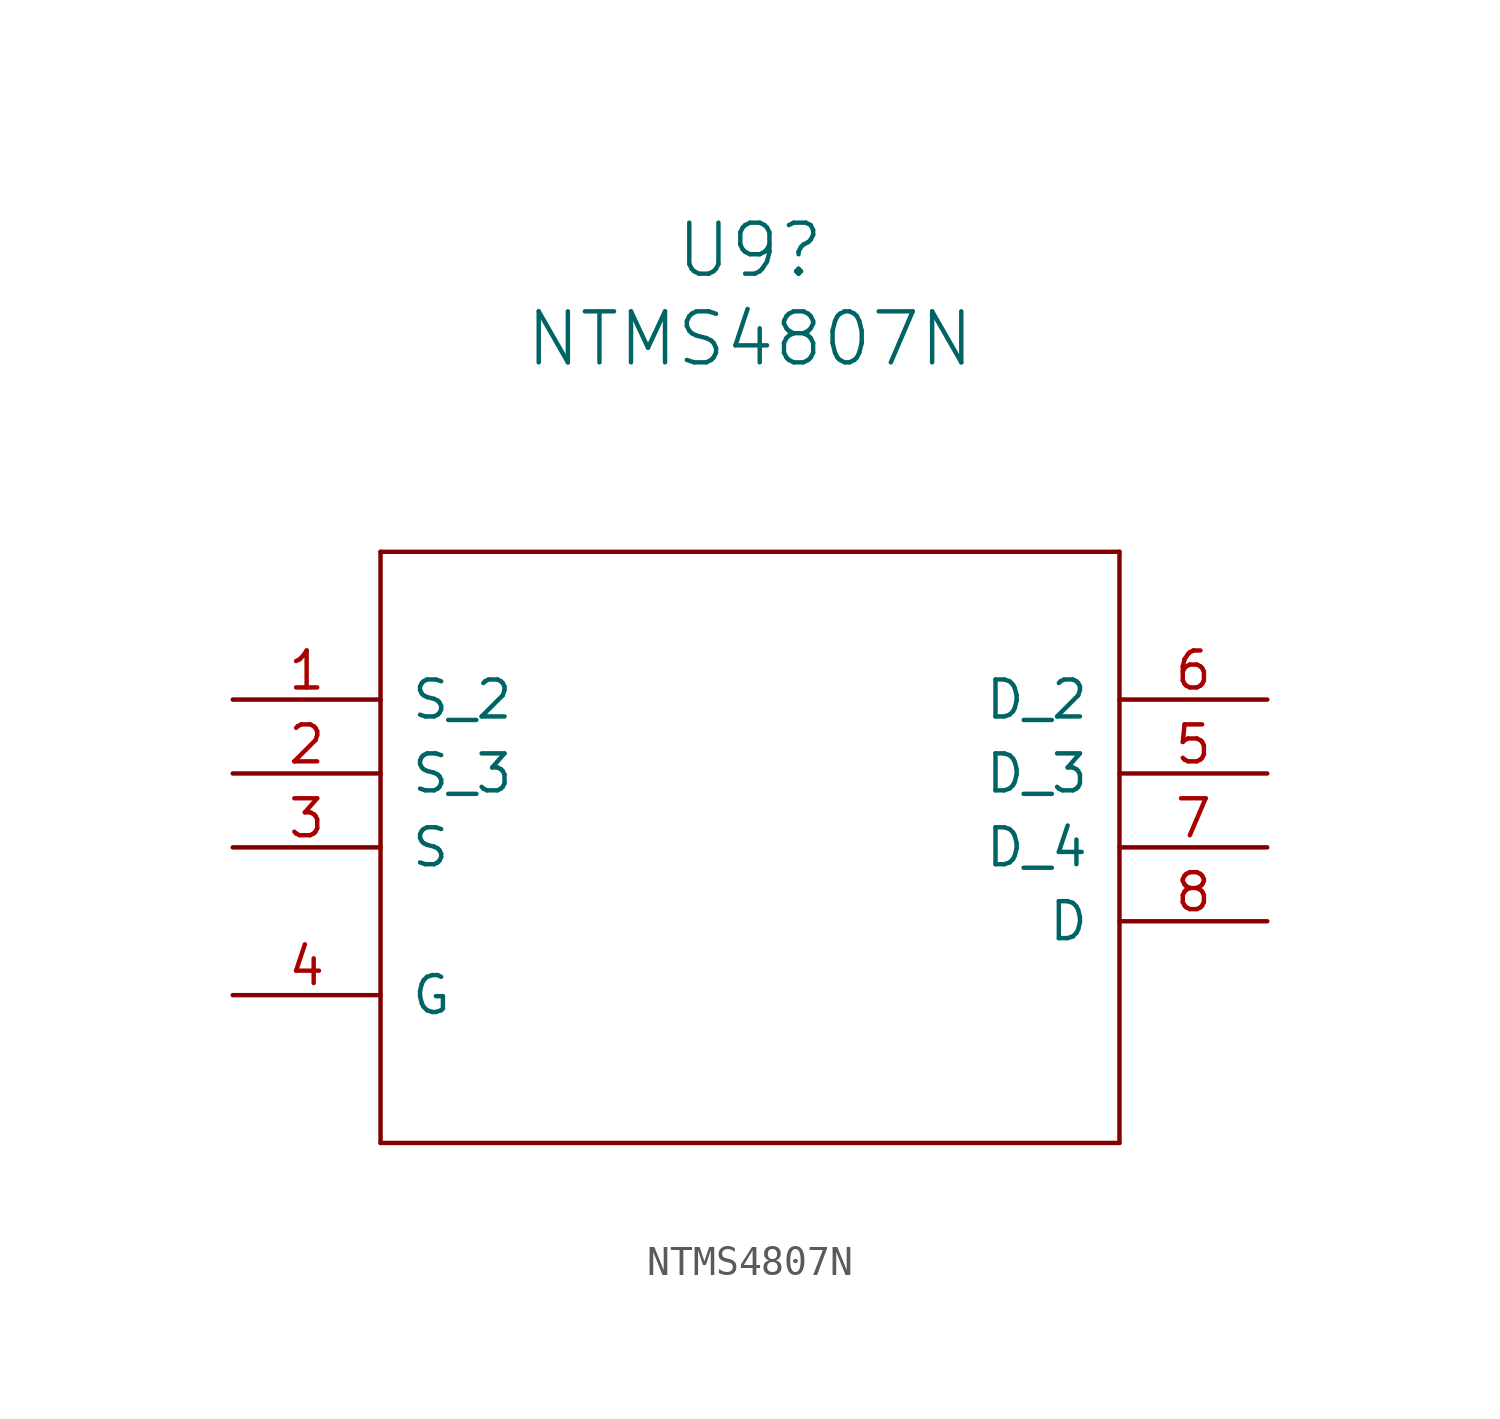
<source format=kicad_sym>
(kicad_symbol_lib
  (version 20211014)
  (generator kicad_symbol_editor)
  (symbol "NTMS4807N"
    (pin_names
      (offset 1.016))
    (property "Reference" "U9"
      (at 0 17.983 0)
      (effects (font (size 1.753 1.753))))
    (property "Value" "NTMS4807N"
      (at 0 14.935 0)
      (effects (font (size 1.753 1.753))))
    (property "ki_locked" ""
      (at 0 0 0)
      (effects (font (size 1.27 1.27))))
    (symbol "NTMS4807N_1_0"
      (polyline (pts (xy -12.7 -12.7) (xy 12.7 -12.7)) (stroke (width 0) (type default) (color 0 0 0 0)) (fill (type none)))
      (polyline (pts (xy -12.7 7.62) (xy -12.7 -12.7)) (stroke (width 0) (type default) (color 0 0 0 0)) (fill (type none)))
      (polyline (pts (xy 12.7 -12.7) (xy 12.7 7.62)) (stroke (width 0) (type default) (color 0 0 0 0)) (fill (type none)))
      (polyline (pts (xy 12.7 7.62) (xy -12.7 7.62)) (stroke (width 0) (type default) (color 0 0 0 0)) (fill (type none)))
      (pin passive line (at -17.78 2.54 0) (length 5.08) (name "S_2" (effects (font (size 1.27 1.27)))) (number "1" (effects (font (size 1.27 1.27)))))
      (pin passive line (at -17.78 0 0) (length 5.08) (name "S_3" (effects (font (size 1.27 1.27)))) (number "2" (effects (font (size 1.27 1.27)))))
      (pin passive line (at -17.78 -2.54 0) (length 5.08) (name "S" (effects (font (size 1.27 1.27)))) (number "3" (effects (font (size 1.27 1.27)))))
      (pin passive line (at -17.78 -7.62 0) (length 5.08) (name "G" (effects (font (size 1.27 1.27)))) (number "4" (effects (font (size 1.27 1.27)))))
      (pin passive line (at 17.78 0 180) (length 5.08) (name "D_3" (effects (font (size 1.27 1.27)))) (number "5" (effects (font (size 1.27 1.27)))))
      (pin passive line (at 17.78 2.54 180) (length 5.08) (name "D_2" (effects (font (size 1.27 1.27)))) (number "6" (effects (font (size 1.27 1.27)))))
      (pin passive line (at 17.78 -2.54 180) (length 5.08) (name "D_4" (effects (font (size 1.27 1.27)))) (number "7" (effects (font (size 1.27 1.27)))))
      (pin passive line (at 17.78 -5.08 180) (length 5.08) (name "D" (effects (font (size 1.27 1.27)))) (number "8" (effects (font (size 1.27 1.27))))))))
</source>
